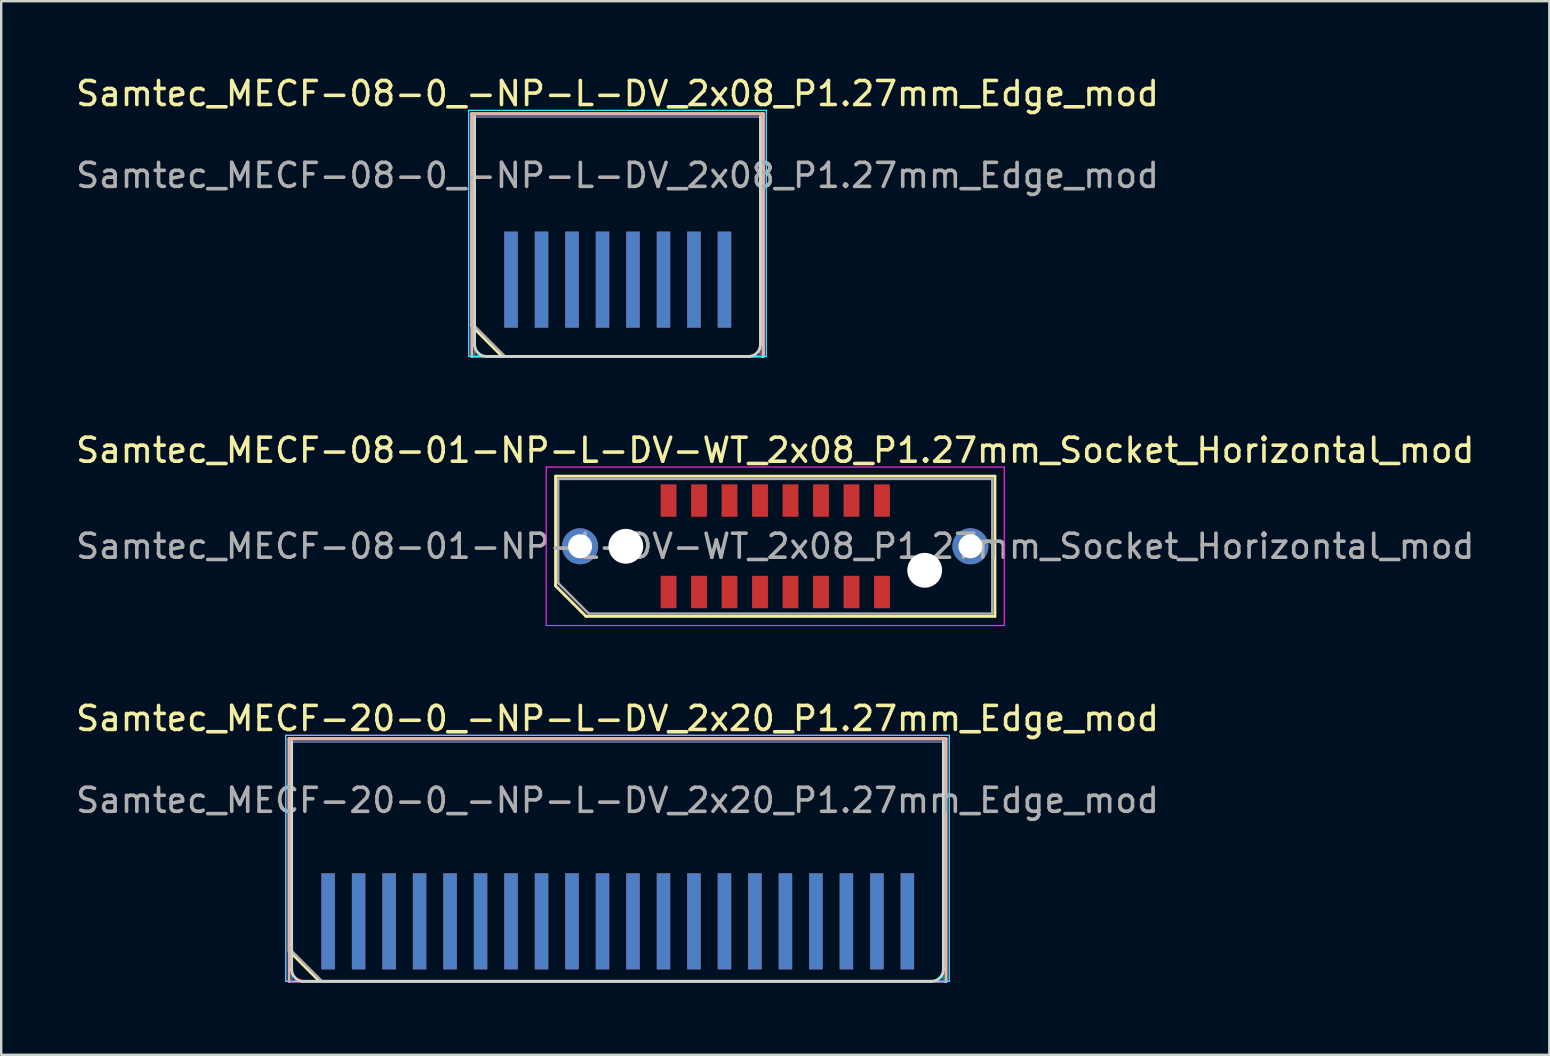
<source format=kicad_pcb>
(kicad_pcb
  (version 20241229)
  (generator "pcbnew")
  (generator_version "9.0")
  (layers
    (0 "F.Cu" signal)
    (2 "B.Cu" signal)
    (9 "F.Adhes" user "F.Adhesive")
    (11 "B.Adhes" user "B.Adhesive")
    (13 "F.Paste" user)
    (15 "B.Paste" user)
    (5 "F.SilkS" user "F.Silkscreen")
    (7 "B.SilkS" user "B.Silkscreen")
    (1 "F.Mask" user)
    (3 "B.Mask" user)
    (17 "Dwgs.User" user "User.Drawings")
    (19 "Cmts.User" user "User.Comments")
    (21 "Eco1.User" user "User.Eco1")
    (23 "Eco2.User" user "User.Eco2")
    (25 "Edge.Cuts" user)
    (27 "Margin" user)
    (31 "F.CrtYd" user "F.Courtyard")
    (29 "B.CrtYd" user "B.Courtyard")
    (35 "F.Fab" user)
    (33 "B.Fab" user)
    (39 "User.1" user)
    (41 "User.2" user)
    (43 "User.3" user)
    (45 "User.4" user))
  (footprint "Samtec_MECF-08-01-NP-L-DV-WT_2x08_P1.27mm_Socket_Horizontal_mod"
    (layer "F.Cu")
    (at 29.244 19.706)
    (property "Reference" "Samtec_MECF-08-01-NP-L-DV-WT_2x08_P1.27mm_Socket_Horizontal_mod" (at 0 -4 0) (layer "F.SilkS") (effects (font (size 1 1) (thickness 0.15))))
    (attr smd)
    (fp_line (start -9.15 -2.92) (end 9.15 -2.92) (stroke (width 0.12) (type solid)) (layer "F.SilkS"))
    (fp_line (start -9.15 1.65) (end -9.15 -2.92) (stroke (width 0.12) (type solid)) (layer "F.SilkS"))
    (fp_line (start -7.88 2.92) (end -9.15 1.65) (stroke (width 0.12) (type solid)) (layer "F.SilkS"))
    (fp_line (start -7.88 2.92) (end 9.15 2.92) (stroke (width 0.12) (type solid)) (layer "F.SilkS"))
    (fp_line (start 9.15 2.92) (end 9.15 -2.92) (stroke (width 0.12) (type solid)) (layer "F.SilkS"))
    (fp_line (start -9.54 -3.3) (end -9.54 3.3) (stroke (width 0.05) (type solid)) (layer "F.CrtYd"))
    (fp_line (start -9.54 3.3) (end 9.54 3.3) (stroke (width 0.05) (type solid)) (layer "F.CrtYd"))
    (fp_line (start 9.54 -3.3) (end -9.54 -3.3) (stroke (width 0.05) (type solid)) (layer "F.CrtYd"))
    (fp_line (start 9.54 3.3) (end 9.54 -3.3) (stroke (width 0.05) (type solid)) (layer "F.CrtYd"))
    (fp_line (start -9.04 -2.805) (end 9.04 -2.805) (stroke (width 0.1) (type solid)) (layer "F.Fab"))
    (fp_line (start -9.04 1.535) (end -9.04 -2.805) (stroke (width 0.1) (type solid)) (layer "F.Fab"))
    (fp_line (start -9.04 1.535) (end -7.77 2.805) (stroke (width 0.1) (type solid)) (layer "F.Fab"))
    (fp_line (start -7.77 2.805) (end 9.04 2.805) (stroke (width 0.1) (type solid)) (layer "F.Fab"))
    (fp_line (start 9.04 2.805) (end 9.04 -2.805) (stroke (width 0.1) (type solid)) (layer "F.Fab"))
    (fp_text user "${REFERENCE}" (at 0 0 0) (layer "F.Fab") (effects (font (size 1 1) (thickness 0.15))))
    (pad "" thru_hole circle (at -8.13 0) (size 1.5 1.5) (drill 1) (layers "*.Cu" "*.Mask"))
    (pad "" np_thru_hole circle (at -6.225 0) (size 1.45 1.45) (drill 1.45) (layers "*.Cu" "*.Mask"))
    (pad "" np_thru_hole circle (at 6.225 1) (size 1.45 1.45) (drill 1.45) (layers "*.Cu" "*.Mask"))
    (pad "" thru_hole circle (at 8.13 0) (size 1.5 1.5) (drill 1) (layers "*.Cu" "*.Mask"))
    (pad "1" smd rect (at -4.445 1.905) (size 0.66 1.35) (layers "F.Cu" "F.Mask" "F.Paste"))
    (pad "2" smd rect (at -4.445 -1.905) (size 0.66 1.35) (layers "F.Cu" "F.Mask" "F.Paste"))
    (pad "3" smd rect (at -3.175 1.905) (size 0.66 1.35) (layers "F.Cu" "F.Mask" "F.Paste"))
    (pad "4" smd rect (at -3.175 -1.905) (size 0.66 1.35) (layers "F.Cu" "F.Mask" "F.Paste"))
    (pad "5" smd rect (at -1.905 1.905) (size 0.66 1.35) (layers "F.Cu" "F.Mask" "F.Paste"))
    (pad "6" smd rect (at -1.905 -1.905) (size 0.66 1.35) (layers "F.Cu" "F.Mask" "F.Paste"))
    (pad "7" smd rect (at -0.635 1.905) (size 0.66 1.35) (layers "F.Cu" "F.Mask" "F.Paste"))
    (pad "8" smd rect (at -0.635 -1.905) (size 0.66 1.35) (layers "F.Cu" "F.Mask" "F.Paste"))
    (pad "9" smd rect (at 0.635 1.905) (size 0.66 1.35) (layers "F.Cu" "F.Mask" "F.Paste"))
    (pad "10" smd rect (at 0.635 -1.905) (size 0.66 1.35) (layers "F.Cu" "F.Mask" "F.Paste"))
    (pad "11" smd rect (at 1.905 1.905) (size 0.66 1.35) (layers "F.Cu" "F.Mask" "F.Paste"))
    (pad "12" smd rect (at 1.905 -1.905) (size 0.66 1.35) (layers "F.Cu" "F.Mask" "F.Paste"))
    (pad "13" smd rect (at 3.175 1.905) (size 0.66 1.35) (layers "F.Cu" "F.Mask" "F.Paste"))
    (pad "14" smd rect (at 3.175 -1.905) (size 0.66 1.35) (layers "F.Cu" "F.Mask" "F.Paste"))
    (pad "15" smd rect (at 4.445 1.905) (size 0.66 1.35) (layers "F.Cu" "F.Mask" "F.Paste"))
    (pad "16" smd rect (at 4.445 -1.905) (size 0.66 1.35) (layers "F.Cu" "F.Mask" "F.Paste")))
  (footprint "Samtec_MECF-20-0_-NP-L-DV_2x20_P1.27mm_Edge_mod"
    (layer "F.Cu")
    (at 22.673 32.83)
    (property "Reference" "Samtec_MECF-20-0_-NP-L-DV_2x20_P1.27mm_Edge_mod" (at 0 -5.95 0) (layer "F.SilkS") (effects (font (size 1 1) (thickness 0.15))))
    (attr exclude_from_pos_files exclude_from_bom)
    (fp_line (start -13.68 -5.11) (end 13.68 -5.11) (stroke (width 0.12) (type solid)) (layer "F.SilkS"))
    (fp_line (start -13.68 3.73) (end -13.68 -5.11) (stroke (width 0.12) (type solid)) (layer "F.SilkS"))
    (fp_line (start -12.41 5) (end -13.68 3.73) (stroke (width 0.12) (type solid)) (layer "F.SilkS"))
    (fp_line (start -12.41 5) (end 13.68 5) (stroke (width 0.12) (type solid)) (layer "F.SilkS"))
    (fp_line (start 13.68 5) (end 13.68 -5.11) (stroke (width 0.12) (type solid)) (layer "F.SilkS"))
    (fp_line (start -13.68 -5.11) (end 13.68 -5.11) (stroke (width 0.12) (type solid)) (layer "B.SilkS"))
    (fp_line (start -13.68 5) (end -13.68 -5.11) (stroke (width 0.12) (type solid)) (layer "B.SilkS"))
    (fp_line (start -13.68 5) (end 13.68 5) (stroke (width 0.12) (type solid)) (layer "B.SilkS"))
    (fp_line (start 13.68 5) (end 13.68 -5.11) (stroke (width 0.12) (type solid)) (layer "B.SilkS"))
    (fp_line (start -13.575 4.5) (end -13.575 -5) (stroke (width 0.12) (type solid)) (layer "Edge.Cuts"))
    (fp_line (start -13.075 5) (end 13.075 5) (stroke (width 0.12) (type solid)) (layer "Edge.Cuts"))
    (fp_line (start 13.575 4.5) (end 13.575 -5) (stroke (width 0.12) (type solid)) (layer "Edge.Cuts"))
    (fp_arc (start -13.075 5) (mid -13.428553 4.853553) (end -13.575 4.5) (stroke (width 0.12) (type solid)) (layer "Edge.Cuts"))
    (fp_arc (start 13.575 4.5) (mid 13.428553 4.853553) (end 13.075 5) (stroke (width 0.12) (type solid)) (layer "Edge.Cuts"))
    (fp_line (start -13.82 -5.25) (end -13.82 5) (stroke (width 0.05) (type solid)) (layer "B.CrtYd"))
    (fp_line (start -13.82 5) (end 13.82 5) (stroke (width 0.05) (type solid)) (layer "B.CrtYd"))
    (fp_line (start 13.82 -5.25) (end -13.82 -5.25) (stroke (width 0.05) (type solid)) (layer "B.CrtYd"))
    (fp_line (start 13.82 5) (end 13.82 -5.25) (stroke (width 0.05) (type solid)) (layer "B.CrtYd"))
    (fp_line (start -13.82 -5.25) (end -13.82 5) (stroke (width 0.05) (type solid)) (layer "F.CrtYd"))
    (fp_line (start -13.82 5) (end 13.82 5) (stroke (width 0.05) (type solid)) (layer "F.CrtYd"))
    (fp_line (start 13.82 -5.25) (end -13.82 -5.25) (stroke (width 0.05) (type solid)) (layer "F.CrtYd"))
    (fp_line (start 13.82 5) (end 13.82 -5.25) (stroke (width 0.05) (type solid)) (layer "F.CrtYd"))
    (fp_line (start -13.575 -5) (end 13.575 -5) (stroke (width 0.1) (type solid)) (layer "B.Fab"))
    (fp_line (start -13.575 5) (end -13.575 -5) (stroke (width 0.1) (type solid)) (layer "B.Fab"))
    (fp_line (start -13.575 5) (end 13.575 5) (stroke (width 0.1) (type solid)) (layer "B.Fab"))
    (fp_line (start 13.575 5) (end 13.575 -5) (stroke (width 0.1) (type solid)) (layer "B.Fab"))
    (fp_line (start -13.575 -5) (end 13.575 -5) (stroke (width 0.1) (type solid)) (layer "F.Fab"))
    (fp_line (start -13.575 3.73) (end -13.575 -5) (stroke (width 0.1) (type solid)) (layer "F.Fab"))
    (fp_line (start -13.575 3.73) (end -12.305 5) (stroke (width 0.1) (type solid)) (layer "F.Fab"))
    (fp_line (start -12.305 5) (end 13.575 5) (stroke (width 0.1) (type solid)) (layer "F.Fab"))
    (fp_line (start 13.575 5) (end 13.575 -5) (stroke (width 0.1) (type solid)) (layer "F.Fab"))
    (fp_text user "${REFERENCE}" (at 0 -2.54 0) (layer "F.Fab") (effects (font (size 1 1) (thickness 0.15))))
    (pad "1" connect rect (at -12.055 2.5) (size 0.56 4) (layers "F.Cu" "F.Mask"))
    (pad "2" connect rect (at -12.055 2.5) (size 0.56 4) (layers "B.Cu" "B.Mask"))
    (pad "3" connect rect (at -10.785 2.5) (size 0.56 4) (layers "F.Cu" "F.Mask"))
    (pad "4" connect rect (at -10.785 2.5) (size 0.56 4) (layers "B.Cu" "B.Mask"))
    (pad "5" connect rect (at -9.515 2.5) (size 0.56 4) (layers "F.Cu" "F.Mask"))
    (pad "6" connect rect (at -9.515 2.5) (size 0.56 4) (layers "B.Cu" "B.Mask"))
    (pad "7" connect rect (at -8.245 2.5) (size 0.56 4) (layers "F.Cu" "F.Mask"))
    (pad "8" connect rect (at -8.245 2.5) (size 0.56 4) (layers "B.Cu" "B.Mask"))
    (pad "9" connect rect (at -6.975 2.5) (size 0.56 4) (layers "F.Cu" "F.Mask"))
    (pad "10" connect rect (at -6.975 2.5) (size 0.56 4) (layers "B.Cu" "B.Mask"))
    (pad "11" connect rect (at -5.705 2.5) (size 0.56 4) (layers "F.Cu" "F.Mask"))
    (pad "12" connect rect (at -5.705 2.5) (size 0.56 4) (layers "B.Cu" "B.Mask"))
    (pad "13" connect rect (at -4.435 2.5) (size 0.56 4) (layers "F.Cu" "F.Mask"))
    (pad "14" connect rect (at -4.435 2.5) (size 0.56 4) (layers "B.Cu" "B.Mask"))
    (pad "15" connect rect (at -3.165 2.5) (size 0.56 4) (layers "F.Cu" "F.Mask"))
    (pad "16" connect rect (at -3.165 2.5) (size 0.56 4) (layers "B.Cu" "B.Mask"))
    (pad "17" connect rect (at -1.895 2.5) (size 0.56 4) (layers "F.Cu" "F.Mask"))
    (pad "18" connect rect (at -1.895 2.5) (size 0.56 4) (layers "B.Cu" "B.Mask"))
    (pad "19" connect rect (at -0.625 2.5) (size 0.56 4) (layers "F.Cu" "F.Mask"))
    (pad "20" connect rect (at -0.625 2.5) (size 0.56 4) (layers "B.Cu" "B.Mask"))
    (pad "21" connect rect (at 0.645 2.5) (size 0.56 4) (layers "F.Cu" "F.Mask"))
    (pad "22" connect rect (at 0.645 2.5) (size 0.56 4) (layers "B.Cu" "B.Mask"))
    (pad "23" connect rect (at 1.915 2.5) (size 0.56 4) (layers "F.Cu" "F.Mask"))
    (pad "24" connect rect (at 1.915 2.5) (size 0.56 4) (layers "B.Cu" "B.Mask"))
    (pad "25" connect rect (at 3.185 2.5) (size 0.56 4) (layers "F.Cu" "F.Mask"))
    (pad "26" connect rect (at 3.185 2.5) (size 0.56 4) (layers "B.Cu" "B.Mask"))
    (pad "27" connect rect (at 4.455 2.5) (size 0.56 4) (layers "F.Cu" "F.Mask"))
    (pad "28" connect rect (at 4.455 2.5) (size 0.56 4) (layers "B.Cu" "B.Mask"))
    (pad "29" connect rect (at 5.725 2.5) (size 0.56 4) (layers "F.Cu" "F.Mask"))
    (pad "30" connect rect (at 5.725 2.5) (size 0.56 4) (layers "B.Cu" "B.Mask"))
    (pad "31" connect rect (at 6.995 2.5) (size 0.56 4) (layers "F.Cu" "F.Mask"))
    (pad "32" connect rect (at 6.995 2.5) (size 0.56 4) (layers "B.Cu" "B.Mask"))
    (pad "33" connect rect (at 8.265 2.5) (size 0.56 4) (layers "F.Cu" "F.Mask"))
    (pad "34" connect rect (at 8.265 2.5) (size 0.56 4) (layers "B.Cu" "B.Mask"))
    (pad "35" connect rect (at 9.535 2.5) (size 0.56 4) (layers "F.Cu" "F.Mask"))
    (pad "36" connect rect (at 9.535 2.5) (size 0.56 4) (layers "B.Cu" "B.Mask"))
    (pad "37" connect rect (at 10.805 2.5) (size 0.56 4) (layers "F.Cu" "F.Mask"))
    (pad "38" connect rect (at 10.805 2.5) (size 0.56 4) (layers "B.Cu" "B.Mask"))
    (pad "39" connect rect (at 12.075 2.5) (size 0.56 4) (layers "F.Cu" "F.Mask"))
    (pad "40" connect rect (at 12.075 2.5) (size 0.56 4) (layers "B.Cu" "B.Mask")))
  (footprint "Samtec_MECF-08-0_-NP-L-DV_2x08_P1.27mm_Edge_mod"
    (layer "F.Cu")
    (at 22.673 6.798)
    (property "Reference" "Samtec_MECF-08-0_-NP-L-DV_2x08_P1.27mm_Edge_mod" (at 0 -5.95 0) (layer "F.SilkS") (effects (font (size 1 1) (thickness 0.15))))
    (attr exclude_from_pos_files exclude_from_bom)
    (fp_line (start -6.07 -5.11) (end 6.07 -5.11) (stroke (width 0.12) (type solid)) (layer "F.SilkS"))
    (fp_line (start -6.07 3.73) (end -6.07 -5.11) (stroke (width 0.12) (type solid)) (layer "F.SilkS"))
    (fp_line (start -4.8 5) (end -6.07 3.73) (stroke (width 0.12) (type solid)) (layer "F.SilkS"))
    (fp_line (start -4.8 5) (end 6.07 5) (stroke (width 0.12) (type solid)) (layer "F.SilkS"))
    (fp_line (start 6.07 5) (end 6.07 -5.11) (stroke (width 0.12) (type solid)) (layer "F.SilkS"))
    (fp_line (start -6.07 -5.11) (end 6.07 -5.11) (stroke (width 0.12) (type solid)) (layer "B.SilkS"))
    (fp_line (start -6.07 5) (end -6.07 -5.11) (stroke (width 0.12) (type solid)) (layer "B.SilkS"))
    (fp_line (start -6.07 5) (end 6.07 5) (stroke (width 0.12) (type solid)) (layer "B.SilkS"))
    (fp_line (start 6.07 5) (end 6.07 -5.11) (stroke (width 0.12) (type solid)) (layer "B.SilkS"))
    (fp_line (start -5.955 4.5) (end -5.955 -5) (stroke (width 0.12) (type solid)) (layer "Edge.Cuts"))
    (fp_line (start -5.455 5) (end 5.455 5) (stroke (width 0.12) (type solid)) (layer "Edge.Cuts"))
    (fp_line (start 5.955 4.5) (end 5.955 -5) (stroke (width 0.12) (type solid)) (layer "Edge.Cuts"))
    (fp_arc (start -5.455 5) (mid -5.808553 4.853553) (end -5.955 4.5) (stroke (width 0.12) (type solid)) (layer "Edge.Cuts"))
    (fp_arc (start 5.955 4.5) (mid 5.808553 4.853553) (end 5.455 5) (stroke (width 0.12) (type solid)) (layer "Edge.Cuts"))
    (fp_line (start -6.2 -5.25) (end -6.2 5) (stroke (width 0.05) (type solid)) (layer "B.CrtYd"))
    (fp_line (start -6.2 5) (end 6.2 5) (stroke (width 0.05) (type solid)) (layer "B.CrtYd"))
    (fp_line (start 6.2 -5.25) (end -6.2 -5.25) (stroke (width 0.05) (type solid)) (layer "B.CrtYd"))
    (fp_line (start 6.2 5) (end 6.2 -5.25) (stroke (width 0.05) (type solid)) (layer "B.CrtYd"))
    (fp_line (start -6.2 -5.25) (end -6.2 5) (stroke (width 0.05) (type solid)) (layer "F.CrtYd"))
    (fp_line (start -6.2 5) (end 6.2 5) (stroke (width 0.05) (type solid)) (layer "F.CrtYd"))
    (fp_line (start 6.2 -5.25) (end -6.2 -5.25) (stroke (width 0.05) (type solid)) (layer "F.CrtYd"))
    (fp_line (start 6.2 5) (end 6.2 -5.25) (stroke (width 0.05) (type solid)) (layer "F.CrtYd"))
    (fp_line (start -5.955 -5) (end 5.955 -5) (stroke (width 0.1) (type solid)) (layer "B.Fab"))
    (fp_line (start -5.955 5) (end -5.955 -5) (stroke (width 0.1) (type solid)) (layer "B.Fab"))
    (fp_line (start -5.955 5) (end 5.955 5) (stroke (width 0.1) (type solid)) (layer "B.Fab"))
    (fp_line (start 5.955 5) (end 5.955 -5) (stroke (width 0.1) (type solid)) (layer "B.Fab"))
    (fp_line (start -5.955 -5) (end 5.955 -5) (stroke (width 0.1) (type solid)) (layer "F.Fab"))
    (fp_line (start -5.955 3.73) (end -5.955 -5) (stroke (width 0.1) (type solid)) (layer "F.Fab"))
    (fp_line (start -5.955 3.73) (end -4.685 5) (stroke (width 0.1) (type solid)) (layer "F.Fab"))
    (fp_line (start -4.685 5) (end 5.955 5) (stroke (width 0.1) (type solid)) (layer "F.Fab"))
    (fp_line (start 5.955 5) (end 5.955 -5) (stroke (width 0.1) (type solid)) (layer "F.Fab"))
    (fp_text user "${REFERENCE}" (at 0 -2.54 0) (layer "F.Fab") (effects (font (size 1 1) (thickness 0.15))))
    (pad "1" connect rect (at -4.435 1.8) (size 0.56 4) (layers "F.Cu" "F.Mask"))
    (pad "2" connect rect (at -4.435 1.8) (size 0.56 4) (layers "B.Cu" "B.Mask"))
    (pad "3" connect rect (at -3.165 1.8) (size 0.56 4) (layers "F.Cu" "F.Mask"))
    (pad "4" connect rect (at -3.165 1.8) (size 0.56 4) (layers "B.Cu" "B.Mask"))
    (pad "5" connect rect (at -1.895 1.8) (size 0.56 4) (layers "F.Cu" "F.Mask"))
    (pad "6" connect rect (at -1.895 1.8) (size 0.56 4) (layers "B.Cu" "B.Mask"))
    (pad "7" connect rect (at -0.625 1.8) (size 0.56 4) (layers "F.Cu" "F.Mask"))
    (pad "8" connect rect (at -0.625 1.8) (size 0.56 4) (layers "B.Cu" "B.Mask"))
    (pad "9" connect rect (at 0.645 1.8) (size 0.56 4) (layers "F.Cu" "F.Mask"))
    (pad "10" connect rect (at 0.645 1.8) (size 0.56 4) (layers "B.Cu" "B.Mask"))
    (pad "11" connect rect (at 1.915 1.8) (size 0.56 4) (layers "F.Cu" "F.Mask"))
    (pad "12" connect rect (at 1.915 1.8) (size 0.56 4) (layers "B.Cu" "B.Mask"))
    (pad "13" connect rect (at 3.185 1.8) (size 0.56 4) (layers "F.Cu" "F.Mask"))
    (pad "14" connect rect (at 3.185 1.8) (size 0.56 4) (layers "B.Cu" "B.Mask"))
    (pad "15" connect rect (at 4.455 1.8) (size 0.56 4) (layers "F.Cu" "F.Mask"))
    (pad "16" connect rect (at 4.455 1.8) (size 0.56 4) (layers "B.Cu" "B.Mask")))
  (gr_rect
    (start -3 -3)
    (end 61.488 40.89)
    (stroke (width 0.1) (type default))
    (fill no)
    (layer "Edge.Cuts")))
</source>
